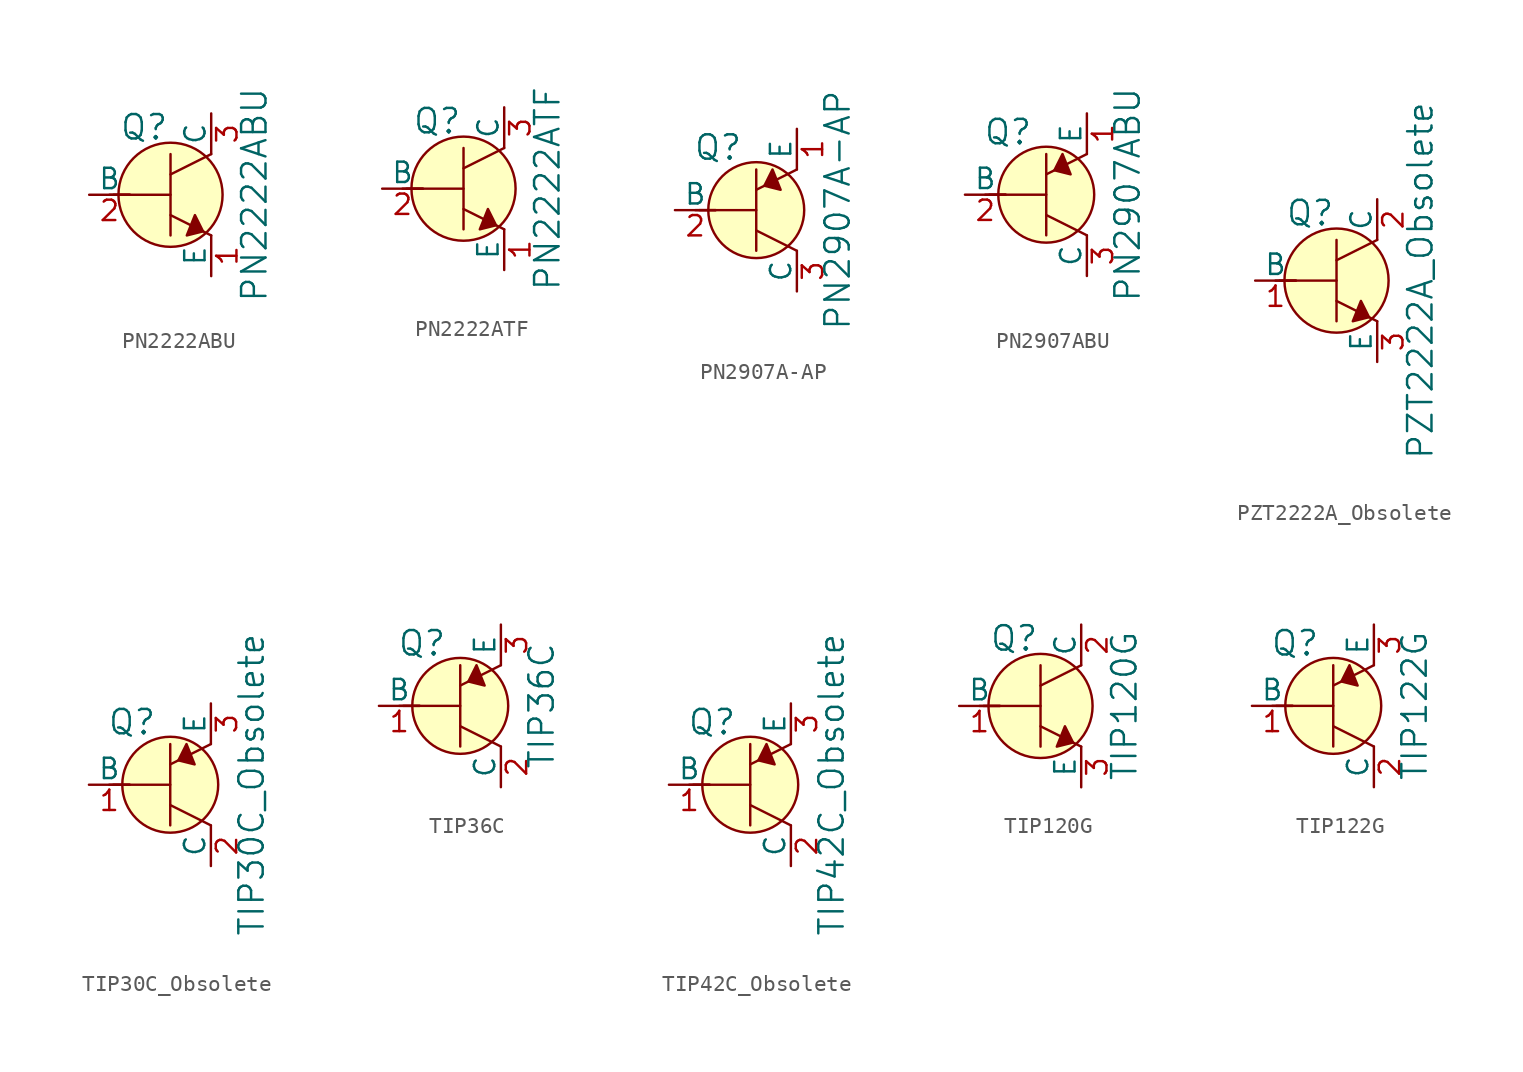
<source format=kicad_sym>
(kicad_symbol_lib
  (version 20201005)
  (generator kicad_symbol_editor)
  (symbol "PN2222ABU"
    (pin_names
      (offset 0))
    (property "Reference" "Q"
      (at -3.2 4.216 0)
      (effects (font (size 1.524 1.524)) (justify left)))
    (property "Value" "PN2222ABU"
      (at 5.232 0 90)
      (effects (font (size 1.524 1.524))))
    (symbol "PN2222ABU_0_1"
      (circle (center 0 0) (radius 3.251) (stroke (width 0)) (fill (type background)))
      (polyline (pts (xy -3.81 0) (xy -2.54 0)) (stroke (width 0)) (fill (type none)))
      (polyline (pts (xy -3.556 0) (xy 0 0)) (stroke (width 0)) (fill (type none)))
      (polyline (pts (xy 0 -1.27) (xy 2.54 -2.54)) (stroke (width 0)) (fill (type none)))
      (polyline (pts (xy 0 1.27) (xy 2.54 2.54)) (stroke (width 0)) (fill (type none)))
      (polyline (pts (xy 0 2.54) (xy 0 -2.54)) (stroke (width 0)) (fill (type none)))
      (polyline (pts (xy 1.524 -1.27) (xy 2.032 -2.286) (xy 1.016 -2.54) (xy 1.524 -1.27)) (stroke (width 0)) (fill (type outline))))
    (symbol "PN2222ABU_1_1"
      (pin passive line (at 2.54 -5.08 90) (length 2.54) (name "E" (effects (font (size 1.27 1.27)))) (number "1" (effects (font (size 1.27 1.27)))))
      (pin input line (at -5.08 0 0) (length 2.54) (name "B" (effects (font (size 1.27 1.27)))) (number "2" (effects (font (size 1.27 1.27)))))
      (pin passive line (at 2.54 5.08 270) (length 2.54) (name "C" (effects (font (size 1.27 1.27)))) (number "3" (effects (font (size 1.27 1.27)))))))
  (symbol "PN2222ATF"
    (pin_names
      (offset 0))
    (property "Reference" "Q"
      (at -3.2 4.216 0)
      (effects (font (size 1.524 1.524)) (justify left)))
    (property "Value" "PN2222ATF"
      (at 5.232 0 90)
      (effects (font (size 1.524 1.524))))
    (symbol "PN2222ATF_0_1"
      (circle (center 0 0) (radius 3.251) (stroke (width 0)) (fill (type background)))
      (polyline (pts (xy -3.81 0) (xy -2.54 0)) (stroke (width 0)) (fill (type none)))
      (polyline (pts (xy -3.556 0) (xy 0 0)) (stroke (width 0)) (fill (type none)))
      (polyline (pts (xy 0 -1.27) (xy 2.54 -2.54)) (stroke (width 0)) (fill (type none)))
      (polyline (pts (xy 0 1.27) (xy 2.54 2.54)) (stroke (width 0)) (fill (type none)))
      (polyline (pts (xy 0 2.54) (xy 0 -2.54)) (stroke (width 0)) (fill (type none)))
      (polyline (pts (xy 1.524 -1.27) (xy 2.032 -2.286) (xy 1.016 -2.54) (xy 1.524 -1.27)) (stroke (width 0)) (fill (type outline))))
    (symbol "PN2222ATF_1_1"
      (pin passive line (at 2.54 -5.08 90) (length 2.54) (name "E" (effects (font (size 1.27 1.27)))) (number "1" (effects (font (size 1.27 1.27)))))
      (pin input line (at -5.08 0 0) (length 2.54) (name "B" (effects (font (size 1.27 1.27)))) (number "2" (effects (font (size 1.27 1.27)))))
      (pin passive line (at 2.54 5.08 270) (length 2.54) (name "C" (effects (font (size 1.27 1.27)))) (number "3" (effects (font (size 1.27 1.27)))))))
  (symbol "PN2907A-AP"
    (pin_names
      (offset 0))
    (property "Reference" "Q"
      (at -2.388 3.912 0)
      (effects (font (size 1.524 1.524))))
    (property "Value" "PN2907A-AP"
      (at 5.08 0 90)
      (effects (font (size 1.524 1.524))))
    (symbol "PN2907A-AP_0_1"
      (circle (center 0 0) (radius 2.997) (stroke (width 0)) (fill (type background)))
      (polyline (pts (xy -3.81 0) (xy -2.54 0)) (stroke (width 0)) (fill (type none)))
      (polyline (pts (xy -3.556 0) (xy 0 0)) (stroke (width 0)) (fill (type none)))
      (polyline (pts (xy 0 -1.27) (xy 2.54 -2.54)) (stroke (width 0)) (fill (type none)))
      (polyline (pts (xy 0 1.27) (xy 2.54 2.54)) (stroke (width 0)) (fill (type none)))
      (polyline (pts (xy 0 2.54) (xy 0 -2.54)) (stroke (width 0)) (fill (type none)))
      (polyline (pts (xy 1.016 2.54) (xy 0.508 1.524) (xy 1.524 1.27) (xy 1.016 2.54)) (stroke (width 0)) (fill (type outline))))
    (symbol "PN2907A-AP_1_1"
      (pin passive line (at 2.54 5.08 270) (length 2.54) (name "E" (effects (font (size 1.27 1.27)))) (number "1" (effects (font (size 1.27 1.27)))))
      (pin input line (at -5.08 0 0) (length 2.54) (name "B" (effects (font (size 1.27 1.27)))) (number "2" (effects (font (size 1.27 1.27)))))
      (pin passive line (at 2.54 -5.08 90) (length 2.54) (name "C" (effects (font (size 1.27 1.27)))) (number "3" (effects (font (size 1.27 1.27)))))))
  (symbol "PN2907ABU"
    (pin_names
      (offset 0))
    (property "Reference" "Q"
      (at -2.388 3.912 0)
      (effects (font (size 1.524 1.524))))
    (property "Value" "PN2907ABU"
      (at 5.08 0 90)
      (effects (font (size 1.524 1.524))))
    (symbol "PN2907ABU_0_1"
      (circle (center 0 0) (radius 2.997) (stroke (width 0)) (fill (type background)))
      (polyline (pts (xy -3.81 0) (xy -2.54 0)) (stroke (width 0)) (fill (type none)))
      (polyline (pts (xy -3.556 0) (xy 0 0)) (stroke (width 0)) (fill (type none)))
      (polyline (pts (xy 0 -1.27) (xy 2.54 -2.54)) (stroke (width 0)) (fill (type none)))
      (polyline (pts (xy 0 1.27) (xy 2.54 2.54)) (stroke (width 0)) (fill (type none)))
      (polyline (pts (xy 0 2.54) (xy 0 -2.54)) (stroke (width 0)) (fill (type none)))
      (polyline (pts (xy 1.016 2.54) (xy 0.508 1.524) (xy 1.524 1.27) (xy 1.016 2.54)) (stroke (width 0)) (fill (type outline))))
    (symbol "PN2907ABU_1_1"
      (pin passive line (at 2.54 5.08 270) (length 2.54) (name "E" (effects (font (size 1.27 1.27)))) (number "1" (effects (font (size 1.27 1.27)))))
      (pin input line (at -5.08 0 0) (length 2.54) (name "B" (effects (font (size 1.27 1.27)))) (number "2" (effects (font (size 1.27 1.27)))))
      (pin passive line (at 2.54 -5.08 90) (length 2.54) (name "C" (effects (font (size 1.27 1.27)))) (number "3" (effects (font (size 1.27 1.27)))))))
  (symbol "PZT2222A_Obsolete"
    (pin_names
      (offset 0))
    (property "Reference" "Q"
      (at -3.2 4.216 0)
      (effects (font (size 1.524 1.524)) (justify left)))
    (property "Value" "PZT2222A_Obsolete"
      (at 5.232 0 90)
      (effects (font (size 1.524 1.524))))
    (symbol "PZT2222A_Obsolete_0_1"
      (circle (center 0 0) (radius 3.251) (stroke (width 0)) (fill (type background)))
      (polyline (pts (xy -3.81 0) (xy -2.54 0)) (stroke (width 0)) (fill (type none)))
      (polyline (pts (xy -3.556 0) (xy 0 0)) (stroke (width 0)) (fill (type none)))
      (polyline (pts (xy 0 -1.27) (xy 2.54 -2.54)) (stroke (width 0)) (fill (type none)))
      (polyline (pts (xy 0 1.27) (xy 2.54 2.54)) (stroke (width 0)) (fill (type none)))
      (polyline (pts (xy 0 2.54) (xy 0 -2.54)) (stroke (width 0)) (fill (type none)))
      (polyline (pts (xy 1.524 -1.27) (xy 2.032 -2.286) (xy 1.016 -2.54) (xy 1.524 -1.27)) (stroke (width 0)) (fill (type outline))))
    (symbol "PZT2222A_Obsolete_1_1"
      (pin input line (at -5.08 0 0) (length 2.54) (name "B" (effects (font (size 1.27 1.27)))) (number "1" (effects (font (size 1.27 1.27)))))
      (pin passive line (at 2.54 5.08 270) (length 2.54) (name "C" (effects (font (size 1.27 1.27)))) (number "2" (effects (font (size 1.27 1.27)))))
      (pin passive line (at 2.54 -5.08 90) (length 2.54) (name "E" (effects (font (size 1.27 1.27)))) (number "3" (effects (font (size 1.27 1.27)))))))
  (symbol "TIP30C_Obsolete"
    (pin_names
      (offset 0))
    (property "Reference" "Q"
      (at -2.388 3.912 0)
      (effects (font (size 1.524 1.524))))
    (property "Value" "TIP30C_Obsolete"
      (at 5.08 0 90)
      (effects (font (size 1.524 1.524))))
    (symbol "TIP30C_Obsolete_0_1"
      (circle (center 0 0) (radius 2.997) (stroke (width 0)) (fill (type background)))
      (polyline (pts (xy -3.81 0) (xy -2.54 0)) (stroke (width 0)) (fill (type none)))
      (polyline (pts (xy -3.556 0) (xy 0 0)) (stroke (width 0)) (fill (type none)))
      (polyline (pts (xy 0 -1.27) (xy 2.54 -2.54)) (stroke (width 0)) (fill (type none)))
      (polyline (pts (xy 0 1.27) (xy 2.54 2.54)) (stroke (width 0)) (fill (type none)))
      (polyline (pts (xy 0 2.54) (xy 0 -2.54)) (stroke (width 0)) (fill (type none)))
      (polyline (pts (xy 1.016 2.54) (xy 0.508 1.524) (xy 1.524 1.27) (xy 1.016 2.54)) (stroke (width 0)) (fill (type outline))))
    (symbol "TIP30C_Obsolete_1_1"
      (pin input line (at -5.08 0 0) (length 2.54) (name "B" (effects (font (size 1.27 1.27)))) (number "1" (effects (font (size 1.27 1.27)))))
      (pin passive line (at 2.54 -5.08 90) (length 2.54) (name "C" (effects (font (size 1.27 1.27)))) (number "2" (effects (font (size 1.27 1.27)))))
      (pin passive line (at 2.54 5.08 270) (length 2.54) (name "E" (effects (font (size 1.27 1.27)))) (number "3" (effects (font (size 1.27 1.27)))))))
  (symbol "TIP36C"
    (pin_names
      (offset 0))
    (property "Reference" "Q"
      (at -2.388 3.912 0)
      (effects (font (size 1.524 1.524))))
    (property "Value" "TIP36C"
      (at 5.08 0 90)
      (effects (font (size 1.524 1.524))))
    (symbol "TIP36C_0_1"
      (circle (center 0 0) (radius 2.997) (stroke (width 0)) (fill (type background)))
      (polyline (pts (xy -3.81 0) (xy -2.54 0)) (stroke (width 0)) (fill (type none)))
      (polyline (pts (xy -3.556 0) (xy 0 0)) (stroke (width 0)) (fill (type none)))
      (polyline (pts (xy 0 -1.27) (xy 2.54 -2.54)) (stroke (width 0)) (fill (type none)))
      (polyline (pts (xy 0 1.27) (xy 2.54 2.54)) (stroke (width 0)) (fill (type none)))
      (polyline (pts (xy 0 2.54) (xy 0 -2.54)) (stroke (width 0)) (fill (type none)))
      (polyline (pts (xy 1.016 2.54) (xy 0.508 1.524) (xy 1.524 1.27) (xy 1.016 2.54)) (stroke (width 0)) (fill (type outline))))
    (symbol "TIP36C_1_1"
      (pin input line (at -5.08 0 0) (length 2.54) (name "B" (effects (font (size 1.27 1.27)))) (number "1" (effects (font (size 1.27 1.27)))))
      (pin passive line (at 2.54 -5.08 90) (length 2.54) (name "C" (effects (font (size 1.27 1.27)))) (number "2" (effects (font (size 1.27 1.27)))))
      (pin passive line (at 2.54 5.08 270) (length 2.54) (name "E" (effects (font (size 1.27 1.27)))) (number "3" (effects (font (size 1.27 1.27)))))))
  (symbol "TIP42C_Obsolete"
    (pin_names
      (offset 0))
    (property "Reference" "Q"
      (at -2.388 3.912 0)
      (effects (font (size 1.524 1.524))))
    (property "Value" "TIP42C_Obsolete"
      (at 5.08 0 90)
      (effects (font (size 1.524 1.524))))
    (symbol "TIP42C_Obsolete_0_1"
      (circle (center 0 0) (radius 2.997) (stroke (width 0)) (fill (type background)))
      (polyline (pts (xy -3.81 0) (xy -2.54 0)) (stroke (width 0)) (fill (type none)))
      (polyline (pts (xy -3.556 0) (xy 0 0)) (stroke (width 0)) (fill (type none)))
      (polyline (pts (xy 0 -1.27) (xy 2.54 -2.54)) (stroke (width 0)) (fill (type none)))
      (polyline (pts (xy 0 1.27) (xy 2.54 2.54)) (stroke (width 0)) (fill (type none)))
      (polyline (pts (xy 0 2.54) (xy 0 -2.54)) (stroke (width 0)) (fill (type none)))
      (polyline (pts (xy 1.016 2.54) (xy 0.508 1.524) (xy 1.524 1.27) (xy 1.016 2.54)) (stroke (width 0)) (fill (type outline))))
    (symbol "TIP42C_Obsolete_1_1"
      (pin input line (at -5.08 0 0) (length 2.54) (name "B" (effects (font (size 1.27 1.27)))) (number "1" (effects (font (size 1.27 1.27)))))
      (pin passive line (at 2.54 -5.08 90) (length 2.54) (name "C" (effects (font (size 1.27 1.27)))) (number "2" (effects (font (size 1.27 1.27)))))
      (pin passive line (at 2.54 5.08 270) (length 2.54) (name "E" (effects (font (size 1.27 1.27)))) (number "3" (effects (font (size 1.27 1.27)))))))
  (symbol "TIP120G"
    (pin_names
      (offset 0))
    (property "Reference" "Q"
      (at -3.2 4.216 0)
      (effects (font (size 1.524 1.524)) (justify left)))
    (property "Value" "TIP120G"
      (at 5.232 0 90)
      (effects (font (size 1.524 1.524))))
    (symbol "TIP120G_0_1"
      (circle (center 0 0) (radius 3.251) (stroke (width 0)) (fill (type background)))
      (polyline (pts (xy -3.81 0) (xy -2.54 0)) (stroke (width 0)) (fill (type none)))
      (polyline (pts (xy -3.556 0) (xy 0 0)) (stroke (width 0)) (fill (type none)))
      (polyline (pts (xy 0 -1.27) (xy 2.54 -2.54)) (stroke (width 0)) (fill (type none)))
      (polyline (pts (xy 0 1.27) (xy 2.54 2.54)) (stroke (width 0)) (fill (type none)))
      (polyline (pts (xy 0 2.54) (xy 0 -2.54)) (stroke (width 0)) (fill (type none)))
      (polyline (pts (xy 1.524 -1.27) (xy 2.032 -2.286) (xy 1.016 -2.54) (xy 1.524 -1.27)) (stroke (width 0)) (fill (type outline))))
    (symbol "TIP120G_1_1"
      (pin input line (at -5.08 0 0) (length 2.54) (name "B" (effects (font (size 1.27 1.27)))) (number "1" (effects (font (size 1.27 1.27)))))
      (pin passive line (at 2.54 5.08 270) (length 2.54) (name "C" (effects (font (size 1.27 1.27)))) (number "2" (effects (font (size 1.27 1.27)))))
      (pin passive line (at 2.54 -5.08 90) (length 2.54) (name "E" (effects (font (size 1.27 1.27)))) (number "3" (effects (font (size 1.27 1.27)))))))
  (symbol "TIP122G"
    (pin_names
      (offset 0))
    (property "Reference" "Q"
      (at -2.388 3.912 0)
      (effects (font (size 1.524 1.524))))
    (property "Value" "TIP122G"
      (at 5.08 0 90)
      (effects (font (size 1.524 1.524))))
    (symbol "TIP122G_0_1"
      (circle (center 0 0) (radius 2.997) (stroke (width 0)) (fill (type background)))
      (polyline (pts (xy -3.81 0) (xy -2.54 0)) (stroke (width 0)) (fill (type none)))
      (polyline (pts (xy -3.556 0) (xy 0 0)) (stroke (width 0)) (fill (type none)))
      (polyline (pts (xy 0 -1.27) (xy 2.54 -2.54)) (stroke (width 0)) (fill (type none)))
      (polyline (pts (xy 0 1.27) (xy 2.54 2.54)) (stroke (width 0)) (fill (type none)))
      (polyline (pts (xy 0 2.54) (xy 0 -2.54)) (stroke (width 0)) (fill (type none)))
      (polyline (pts (xy 1.016 2.54) (xy 0.508 1.524) (xy 1.524 1.27) (xy 1.016 2.54)) (stroke (width 0)) (fill (type outline))))
    (symbol "TIP122G_1_1"
      (pin input line (at -5.08 0 0) (length 2.54) (name "B" (effects (font (size 1.27 1.27)))) (number "1" (effects (font (size 1.27 1.27)))))
      (pin passive line (at 2.54 -5.08 90) (length 2.54) (name "C" (effects (font (size 1.27 1.27)))) (number "2" (effects (font (size 1.27 1.27)))))
      (pin passive line (at 2.54 5.08 270) (length 2.54) (name "E" (effects (font (size 1.27 1.27)))) (number "3" (effects (font (size 1.27 1.27))))))))
</source>
